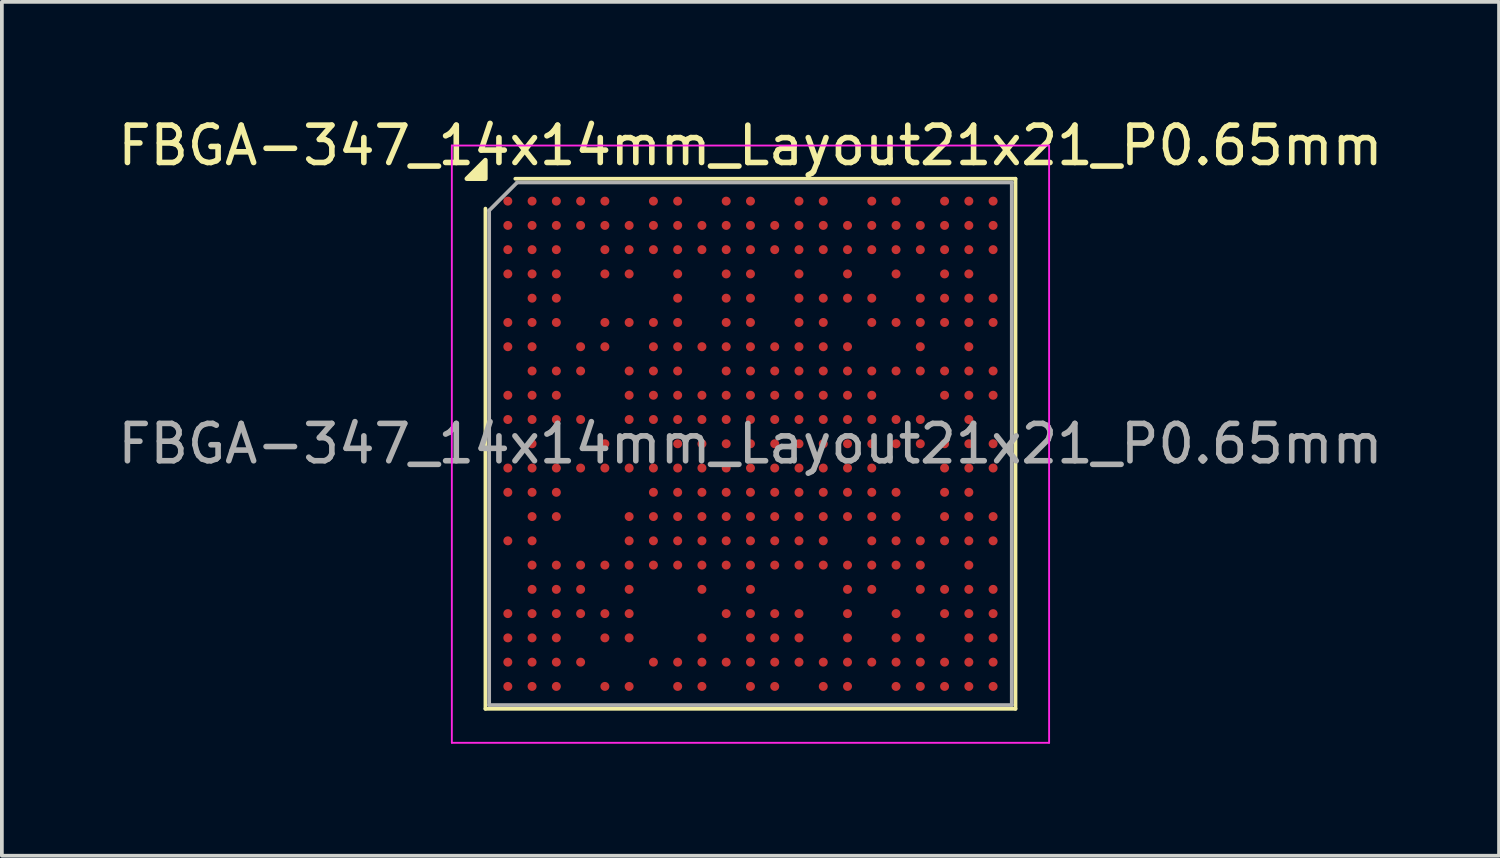
<source format=kicad_pcb>
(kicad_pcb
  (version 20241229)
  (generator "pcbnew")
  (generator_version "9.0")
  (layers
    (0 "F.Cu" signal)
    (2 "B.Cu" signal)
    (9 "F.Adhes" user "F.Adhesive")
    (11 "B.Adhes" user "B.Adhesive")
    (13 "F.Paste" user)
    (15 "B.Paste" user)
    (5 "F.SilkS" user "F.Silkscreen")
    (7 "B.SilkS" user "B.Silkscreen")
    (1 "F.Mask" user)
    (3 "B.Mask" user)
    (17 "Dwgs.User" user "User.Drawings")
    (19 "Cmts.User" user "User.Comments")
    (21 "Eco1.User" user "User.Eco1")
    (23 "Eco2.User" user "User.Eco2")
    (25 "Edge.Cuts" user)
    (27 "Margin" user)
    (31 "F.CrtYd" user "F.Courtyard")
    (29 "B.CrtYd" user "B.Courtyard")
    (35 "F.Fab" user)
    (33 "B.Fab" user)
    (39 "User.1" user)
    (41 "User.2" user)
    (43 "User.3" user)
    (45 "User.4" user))
  (footprint "FBGA-347_14x14mm_Layout21x21_P0.65mm"
    (layer "F.Cu")
    (at 17.054 8.838)
    (property "Reference" "FBGA-347_14x14mm_Layout21x21_P0.65mm" (at 0 -7.99 0) (unlocked yes) (layer "F.SilkS") (effects (font (size 1 1) (thickness 0.15))))
    (attr smd)
    (fp_line (start -7.1 7.1) (end -7.1 -6.3) (stroke (width 0.1) (type solid)) (layer "F.SilkS"))
    (fp_line (start 7.1 -7.1) (end -6.3 -7.1) (stroke (width 0.1) (type solid)) (layer "F.SilkS"))
    (fp_line (start 7.1 7.1) (end -7.1 7.1) (stroke (width 0.1) (type default)) (layer "F.SilkS"))
    (fp_line (start 7.1 7.1) (end 7.1 -7.1) (stroke (width 0.1) (type default)) (layer "F.SilkS"))
    (fp_poly (pts (xy -7.1 -7.1) (xy -7.6 -7.1) (xy -7.1 -7.6)) (stroke (width 0.12) (type solid)) (fill yes) (layer "F.SilkS"))
    (fp_line (start -8 -7.99) (end -8 8.01) (stroke (width 0.05) (type solid)) (layer "F.CrtYd"))
    (fp_line (start -8 8.01) (end 8 8.01) (stroke (width 0.05) (type solid)) (layer "F.CrtYd"))
    (fp_line (start 8 -7.99) (end -8 -7.99) (stroke (width 0.05) (type solid)) (layer "F.CrtYd"))
    (fp_line (start 8 -7.99) (end 8 8.01) (stroke (width 0.05) (type solid)) (layer "F.CrtYd"))
    (fp_line (start -7 7) (end -7 -6.25) (stroke (width 0.1) (type solid)) (layer "F.Fab"))
    (fp_line (start -6.999 -6.251) (end -6.25 -7) (stroke (width 0.1) (type solid)) (layer "F.Fab"))
    (fp_line (start 7 -7) (end -6.25 -7) (stroke (width 0.1) (type solid)) (layer "F.Fab"))
    (fp_line (start 7 7) (end -7 7) (stroke (width 0.1) (type solid)) (layer "F.Fab"))
    (fp_line (start 7 7) (end 7 -7) (stroke (width 0.1) (type solid)) (layer "F.Fab"))
    (fp_text user "${REFERENCE}" (at 0 0 0) (unlocked yes) (layer "F.Fab") (effects (font (size 1 1) (thickness 0.15))))
    (pad "A1" smd circle (at -6.5 -6.5) (size 0.24 0.24) (layers "F.Cu" "F.Mask" "F.Paste"))
    (pad "A2" smd circle (at -5.85 -6.5) (size 0.24 0.24) (layers "F.Cu" "F.Mask" "F.Paste"))
    (pad "A3" smd circle (at -5.2 -6.5) (size 0.24 0.24) (layers "F.Cu" "F.Mask" "F.Paste"))
    (pad "A4" smd circle (at -4.55 -6.5) (size 0.24 0.24) (layers "F.Cu" "F.Mask" "F.Paste"))
    (pad "A5" smd circle (at -3.9 -6.5) (size 0.24 0.24) (layers "F.Cu" "F.Mask" "F.Paste"))
    (pad "A7" smd circle (at -2.6 -6.5) (size 0.24 0.24) (property pad_prop_bga) (layers "F.Cu" "F.Mask" "F.Paste"))
    (pad "A8" smd circle (at -1.95 -6.5) (size 0.24 0.24) (property pad_prop_bga) (layers "F.Cu" "F.Mask" "F.Paste"))
    (pad "A10" smd circle (at -0.65 -6.5) (size 0.24 0.24) (property pad_prop_bga) (layers "F.Cu" "F.Mask" "F.Paste"))
    (pad "A11" smd circle (at 0 -6.5) (size 0.24 0.24) (property pad_prop_bga) (layers "F.Cu" "F.Mask" "F.Paste"))
    (pad "A13" smd circle (at 1.3 -6.5) (size 0.24 0.24) (property pad_prop_bga) (layers "F.Cu" "F.Mask" "F.Paste"))
    (pad "A14" smd circle (at 1.95 -6.5) (size 0.24 0.24) (property pad_prop_bga) (layers "F.Cu" "F.Mask" "F.Paste"))
    (pad "A16" smd circle (at 3.25 -6.5) (size 0.24 0.24) (property pad_prop_bga) (layers "F.Cu" "F.Mask" "F.Paste"))
    (pad "A17" smd circle (at 3.9 -6.5) (size 0.24 0.24) (property pad_prop_bga) (layers "F.Cu" "F.Mask" "F.Paste"))
    (pad "A19" smd circle (at 5.2 -6.5) (size 0.24 0.24) (property pad_prop_bga) (layers "F.Cu" "F.Mask" "F.Paste"))
    (pad "A20" smd circle (at 5.85 -6.5) (size 0.24 0.24) (property pad_prop_bga) (layers "F.Cu" "F.Mask" "F.Paste"))
    (pad "A21" smd circle (at 6.5 -6.5) (size 0.24 0.24) (property pad_prop_bga) (layers "F.Cu" "F.Mask" "F.Paste"))
    (pad "AA1" smd circle (at -6.5 6.5) (size 0.24 0.24) (property pad_prop_bga) (layers "F.Cu" "F.Mask" "F.Paste"))
    (pad "AA2" smd circle (at -5.85 6.5) (size 0.24 0.24) (property pad_prop_bga) (layers "F.Cu" "F.Mask" "F.Paste"))
    (pad "AA3" smd circle (at -5.2 6.5) (size 0.24 0.24) (property pad_prop_bga) (layers "F.Cu" "F.Mask" "F.Paste"))
    (pad "AA5" smd circle (at -3.9 6.5) (size 0.24 0.24) (property pad_prop_bga) (layers "F.Cu" "F.Mask" "F.Paste"))
    (pad "AA6" smd circle (at -3.25 6.5) (size 0.24 0.24) (property pad_prop_bga) (layers "F.Cu" "F.Mask" "F.Paste"))
    (pad "AA8" smd circle (at -1.95 6.5) (size 0.24 0.24) (property pad_prop_bga) (layers "F.Cu" "F.Mask" "F.Paste"))
    (pad "AA9" smd circle (at -1.3 6.5) (size 0.24 0.24) (property pad_prop_bga) (layers "F.Cu" "F.Mask" "F.Paste"))
    (pad "AA11" smd circle (at 0 6.5) (size 0.24 0.24) (property pad_prop_bga) (layers "F.Cu" "F.Mask" "F.Paste"))
    (pad "AA12" smd circle (at 0.65 6.5) (size 0.24 0.24) (property pad_prop_bga) (layers "F.Cu" "F.Mask" "F.Paste"))
    (pad "AA14" smd circle (at 1.95 6.5) (size 0.24 0.24) (property pad_prop_bga) (layers "F.Cu" "F.Mask" "F.Paste"))
    (pad "AA15" smd circle (at 2.6 6.5) (size 0.24 0.24) (property pad_prop_bga) (layers "F.Cu" "F.Mask" "F.Paste"))
    (pad "AA17" smd circle (at 3.9 6.5) (size 0.24 0.24) (property pad_prop_bga) (layers "F.Cu" "F.Mask" "F.Paste"))
    (pad "AA18" smd circle (at 4.55 6.5) (size 0.24 0.24) (property pad_prop_bga) (layers "F.Cu" "F.Mask" "F.Paste"))
    (pad "AA19" smd circle (at 5.2 6.5) (size 0.24 0.24) (property pad_prop_bga) (layers "F.Cu" "F.Mask" "F.Paste"))
    (pad "AA20" smd circle (at 5.85 6.5) (size 0.24 0.24) (property pad_prop_bga) (layers "F.Cu" "F.Mask" "F.Paste"))
    (pad "AA21" smd circle (at 6.5 6.5) (size 0.24 0.24) (property pad_prop_bga) (layers "F.Cu" "F.Mask" "F.Paste"))
    (pad "B1" smd circle (at -6.5 -5.85) (size 0.24 0.24) (property pad_prop_bga) (layers "F.Cu" "F.Mask" "F.Paste"))
    (pad "B2" smd circle (at -5.85 -5.85) (size 0.24 0.24) (property pad_prop_bga) (layers "F.Cu" "F.Mask" "F.Paste"))
    (pad "B3" smd circle (at -5.2 -5.85) (size 0.24 0.24) (property pad_prop_bga) (layers "F.Cu" "F.Mask" "F.Paste"))
    (pad "B4" smd circle (at -4.55 -5.85) (size 0.24 0.24) (property pad_prop_bga) (layers "F.Cu" "F.Mask" "F.Paste"))
    (pad "B5" smd circle (at -3.9 -5.85) (size 0.24 0.24) (property pad_prop_bga) (layers "F.Cu" "F.Mask" "F.Paste"))
    (pad "B6" smd circle (at -3.25 -5.85) (size 0.24 0.24) (property pad_prop_bga) (layers "F.Cu" "F.Mask" "F.Paste"))
    (pad "B7" smd circle (at -2.6 -5.85) (size 0.24 0.24) (property pad_prop_bga) (layers "F.Cu" "F.Mask" "F.Paste"))
    (pad "B8" smd circle (at -1.95 -5.85) (size 0.24 0.24) (property pad_prop_bga) (layers "F.Cu" "F.Mask" "F.Paste"))
    (pad "B9" smd circle (at -1.3 -5.85) (size 0.24 0.24) (property pad_prop_bga) (layers "F.Cu" "F.Mask" "F.Paste"))
    (pad "B10" smd circle (at -0.65 -5.85) (size 0.24 0.24) (property pad_prop_bga) (layers "F.Cu" "F.Mask" "F.Paste"))
    (pad "B11" smd circle (at 0 -5.85) (size 0.24 0.24) (property pad_prop_bga) (layers "F.Cu" "F.Mask" "F.Paste"))
    (pad "B12" smd circle (at 0.65 -5.85) (size 0.24 0.24) (property pad_prop_bga) (layers "F.Cu" "F.Mask" "F.Paste"))
    (pad "B13" smd circle (at 1.3 -5.85) (size 0.24 0.24) (property pad_prop_bga) (layers "F.Cu" "F.Mask" "F.Paste"))
    (pad "B14" smd circle (at 1.95 -5.85) (size 0.24 0.24) (property pad_prop_bga) (layers "F.Cu" "F.Mask" "F.Paste"))
    (pad "B15" smd circle (at 2.6 -5.85) (size 0.24 0.24) (property pad_prop_bga) (layers "F.Cu" "F.Mask" "F.Paste"))
    (pad "B16" smd circle (at 3.25 -5.85) (size 0.24 0.24) (property pad_prop_bga) (layers "F.Cu" "F.Mask" "F.Paste"))
    (pad "B17" smd circle (at 3.9 -5.85) (size 0.24 0.24) (property pad_prop_bga) (layers "F.Cu" "F.Mask" "F.Paste"))
    (pad "B18" smd circle (at 4.55 -5.85) (size 0.24 0.24) (property pad_prop_bga) (layers "F.Cu" "F.Mask" "F.Paste"))
    (pad "B19" smd circle (at 5.2 -5.85) (size 0.24 0.24) (property pad_prop_bga) (layers "F.Cu" "F.Mask" "F.Paste"))
    (pad "B20" smd circle (at 5.85 -5.85) (size 0.24 0.24) (property pad_prop_bga) (layers "F.Cu" "F.Mask" "F.Paste"))
    (pad "B21" smd circle (at 6.5 -5.85) (size 0.24 0.24) (property pad_prop_bga) (layers "F.Cu" "F.Mask" "F.Paste"))
    (pad "C1" smd circle (at -6.5 -5.2) (size 0.24 0.24) (property pad_prop_bga) (layers "F.Cu" "F.Mask" "F.Paste"))
    (pad "C2" smd circle (at -5.85 -5.2) (size 0.24 0.24) (property pad_prop_bga) (layers "F.Cu" "F.Mask" "F.Paste"))
    (pad "C3" smd circle (at -5.2 -5.2) (size 0.24 0.24) (property pad_prop_bga) (layers "F.Cu" "F.Mask" "F.Paste"))
    (pad "C5" smd circle (at -3.9 -5.2) (size 0.24 0.24) (property pad_prop_bga) (layers "F.Cu" "F.Mask" "F.Paste"))
    (pad "C6" smd circle (at -3.25 -5.2) (size 0.24 0.24) (property pad_prop_bga) (layers "F.Cu" "F.Mask" "F.Paste"))
    (pad "C7" smd circle (at -2.6 -5.2) (size 0.24 0.24) (property pad_prop_bga) (layers "F.Cu" "F.Mask" "F.Paste"))
    (pad "C8" smd circle (at -1.95 -5.2) (size 0.24 0.24) (property pad_prop_bga) (layers "F.Cu" "F.Mask" "F.Paste"))
    (pad "C9" smd circle (at -1.3 -5.2) (size 0.24 0.24) (property pad_prop_bga) (layers "F.Cu" "F.Mask" "F.Paste"))
    (pad "C10" smd circle (at -0.65 -5.2) (size 0.24 0.24) (property pad_prop_bga) (layers "F.Cu" "F.Mask" "F.Paste"))
    (pad "C11" smd circle (at 0 -5.2) (size 0.24 0.24) (property pad_prop_bga) (layers "F.Cu" "F.Mask" "F.Paste"))
    (pad "C12" smd circle (at 0.65 -5.2) (size 0.24 0.24) (property pad_prop_bga) (layers "F.Cu" "F.Mask" "F.Paste"))
    (pad "C13" smd circle (at 1.3 -5.2) (size 0.24 0.24) (property pad_prop_bga) (layers "F.Cu" "F.Mask" "F.Paste"))
    (pad "C14" smd circle (at 1.95 -5.2) (size 0.24 0.24) (property pad_prop_bga) (layers "F.Cu" "F.Mask" "F.Paste"))
    (pad "C15" smd circle (at 2.6 -5.2) (size 0.24 0.24) (property pad_prop_bga) (layers "F.Cu" "F.Mask" "F.Paste"))
    (pad "C16" smd circle (at 3.25 -5.2) (size 0.24 0.24) (property pad_prop_bga) (layers "F.Cu" "F.Mask" "F.Paste"))
    (pad "C17" smd circle (at 3.9 -5.2) (size 0.24 0.24) (property pad_prop_bga) (layers "F.Cu" "F.Mask" "F.Paste"))
    (pad "C18" smd circle (at 4.55 -5.2) (size 0.24 0.24) (property pad_prop_bga) (layers "F.Cu" "F.Mask" "F.Paste"))
    (pad "C19" smd circle (at 5.2 -5.2) (size 0.24 0.24) (property pad_prop_bga) (layers "F.Cu" "F.Mask" "F.Paste"))
    (pad "C20" smd circle (at 5.85 -5.2) (size 0.24 0.24) (property pad_prop_bga) (layers "F.Cu" "F.Mask" "F.Paste"))
    (pad "C21" smd circle (at 6.5 -5.2) (size 0.24 0.24) (property pad_prop_bga) (layers "F.Cu" "F.Mask" "F.Paste"))
    (pad "D1" smd circle (at -6.5 -4.55) (size 0.24 0.24) (property pad_prop_bga) (layers "F.Cu" "F.Mask" "F.Paste"))
    (pad "D2" smd circle (at -5.85 -4.55) (size 0.24 0.24) (property pad_prop_bga) (layers "F.Cu" "F.Mask" "F.Paste"))
    (pad "D3" smd circle (at -5.2 -4.55) (size 0.24 0.24) (property pad_prop_bga) (layers "F.Cu" "F.Mask" "F.Paste"))
    (pad "D5" smd circle (at -3.9 -4.55) (size 0.24 0.24) (property pad_prop_bga) (layers "F.Cu" "F.Mask" "F.Paste"))
    (pad "D6" smd circle (at -3.25 -4.55) (size 0.24 0.24) (property pad_prop_bga) (layers "F.Cu" "F.Mask" "F.Paste"))
    (pad "D8" smd circle (at -1.95 -4.55) (size 0.24 0.24) (property pad_prop_bga) (layers "F.Cu" "F.Mask" "F.Paste"))
    (pad "D10" smd circle (at -0.65 -4.55) (size 0.24 0.24) (property pad_prop_bga) (layers "F.Cu" "F.Mask" "F.Paste"))
    (pad "D11" smd circle (at 0 -4.55) (size 0.24 0.24) (property pad_prop_bga) (layers "F.Cu" "F.Mask" "F.Paste"))
    (pad "D13" smd circle (at 1.3 -4.55) (size 0.24 0.24) (property pad_prop_bga) (layers "F.Cu" "F.Mask" "F.Paste"))
    (pad "D15" smd circle (at 2.6 -4.55) (size 0.24 0.24) (property pad_prop_bga) (layers "F.Cu" "F.Mask" "F.Paste"))
    (pad "D17" smd circle (at 3.9 -4.55) (size 0.24 0.24) (property pad_prop_bga) (layers "F.Cu" "F.Mask" "F.Paste"))
    (pad "D19" smd circle (at 5.2 -4.55) (size 0.24 0.24) (property pad_prop_bga) (layers "F.Cu" "F.Mask" "F.Paste"))
    (pad "D20" smd circle (at 5.85 -4.55) (size 0.24 0.24) (property pad_prop_bga) (layers "F.Cu" "F.Mask" "F.Paste"))
    (pad "E2" smd circle (at -5.85 -3.9) (size 0.24 0.24) (property pad_prop_bga) (layers "F.Cu" "F.Mask" "F.Paste"))
    (pad "E3" smd circle (at -5.2 -3.9) (size 0.24 0.24) (property pad_prop_bga) (layers "F.Cu" "F.Mask" "F.Paste"))
    (pad "E8" smd circle (at -1.95 -3.9) (size 0.24 0.24) (property pad_prop_bga) (layers "F.Cu" "F.Mask" "F.Paste"))
    (pad "E10" smd circle (at -0.65 -3.9) (size 0.24 0.24) (property pad_prop_bga) (layers "F.Cu" "F.Mask" "F.Paste"))
    (pad "E11" smd circle (at 0 -3.9) (size 0.24 0.24) (property pad_prop_bga) (layers "F.Cu" "F.Mask" "F.Paste"))
    (pad "E13" smd circle (at 1.3 -3.9) (size 0.24 0.24) (property pad_prop_bga) (layers "F.Cu" "F.Mask" "F.Paste"))
    (pad "E14" smd circle (at 1.95 -3.9) (size 0.24 0.24) (property pad_prop_bga) (layers "F.Cu" "F.Mask" "F.Paste"))
    (pad "E15" smd circle (at 2.6 -3.9) (size 0.24 0.24) (property pad_prop_bga) (layers "F.Cu" "F.Mask" "F.Paste"))
    (pad "E16" smd circle (at 3.25 -3.9) (size 0.24 0.24) (property pad_prop_bga) (layers "F.Cu" "F.Mask" "F.Paste"))
    (pad "E18" smd circle (at 4.55 -3.9) (size 0.24 0.24) (property pad_prop_bga) (layers "F.Cu" "F.Mask" "F.Paste"))
    (pad "E19" smd circle (at 5.2 -3.9) (size 0.24 0.24) (property pad_prop_bga) (layers "F.Cu" "F.Mask" "F.Paste"))
    (pad "E20" smd circle (at 5.85 -3.9) (size 0.24 0.24) (property pad_prop_bga) (layers "F.Cu" "F.Mask" "F.Paste"))
    (pad "E21" smd circle (at 6.5 -3.9) (size 0.24 0.24) (property pad_prop_bga) (layers "F.Cu" "F.Mask" "F.Paste"))
    (pad "F1" smd circle (at -6.5 -3.25) (size 0.24 0.24) (property pad_prop_bga) (layers "F.Cu" "F.Mask" "F.Paste"))
    (pad "F2" smd circle (at -5.85 -3.25) (size 0.24 0.24) (property pad_prop_bga) (layers "F.Cu" "F.Mask" "F.Paste"))
    (pad "F3" smd circle (at -5.2 -3.25) (size 0.24 0.24) (property pad_prop_bga) (layers "F.Cu" "F.Mask" "F.Paste"))
    (pad "F5" smd circle (at -3.9 -3.25) (size 0.24 0.24) (property pad_prop_bga) (layers "F.Cu" "F.Mask" "F.Paste"))
    (pad "F6" smd circle (at -3.25 -3.25) (size 0.24 0.24) (property pad_prop_bga) (layers "F.Cu" "F.Mask" "F.Paste"))
    (pad "F7" smd circle (at -2.6 -3.25) (size 0.24 0.24) (property pad_prop_bga) (layers "F.Cu" "F.Mask" "F.Paste"))
    (pad "F8" smd circle (at -1.95 -3.25) (size 0.24 0.24) (property pad_prop_bga) (layers "F.Cu" "F.Mask" "F.Paste"))
    (pad "F10" smd circle (at -0.65 -3.25) (size 0.24 0.24) (property pad_prop_bga) (layers "F.Cu" "F.Mask" "F.Paste"))
    (pad "F11" smd circle (at 0 -3.25) (size 0.24 0.24) (property pad_prop_bga) (layers "F.Cu" "F.Mask" "F.Paste"))
    (pad "F13" smd circle (at 1.3 -3.25) (size 0.24 0.24) (property pad_prop_bga) (layers "F.Cu" "F.Mask" "F.Paste"))
    (pad "F14" smd circle (at 1.95 -3.25) (size 0.24 0.24) (property pad_prop_bga) (layers "F.Cu" "F.Mask" "F.Paste"))
    (pad "F16" smd circle (at 3.25 -3.25) (size 0.24 0.24) (property pad_prop_bga) (layers "F.Cu" "F.Mask" "F.Paste"))
    (pad "F17" smd circle (at 3.9 -3.25) (size 0.24 0.24) (property pad_prop_bga) (layers "F.Cu" "F.Mask" "F.Paste"))
    (pad "F18" smd circle (at 4.55 -3.25) (size 0.24 0.24) (property pad_prop_bga) (layers "F.Cu" "F.Mask" "F.Paste"))
    (pad "F19" smd circle (at 5.2 -3.25) (size 0.24 0.24) (property pad_prop_bga) (layers "F.Cu" "F.Mask" "F.Paste"))
    (pad "F20" smd circle (at 5.85 -3.25) (size 0.24 0.24) (property pad_prop_bga) (layers "F.Cu" "F.Mask" "F.Paste"))
    (pad "F21" smd circle (at 6.5 -3.25) (size 0.24 0.24) (property pad_prop_bga) (layers "F.Cu" "F.Mask" "F.Paste"))
    (pad "G1" smd circle (at -6.5 -2.6) (size 0.24 0.24) (property pad_prop_bga) (layers "F.Cu" "F.Mask" "F.Paste"))
    (pad "G2" smd circle (at -5.85 -2.6) (size 0.24 0.24) (property pad_prop_bga) (layers "F.Cu" "F.Mask" "F.Paste"))
    (pad "G4" smd circle (at -4.55 -2.6) (size 0.24 0.24) (property pad_prop_bga) (layers "F.Cu" "F.Mask" "F.Paste"))
    (pad "G5" smd circle (at -3.9 -2.6) (size 0.24 0.24) (property pad_prop_bga) (layers "F.Cu" "F.Mask" "F.Paste"))
    (pad "G7" smd circle (at -2.6 -2.6) (size 0.24 0.24) (property pad_prop_bga) (layers "F.Cu" "F.Mask" "F.Paste"))
    (pad "G8" smd circle (at -1.95 -2.6) (size 0.24 0.24) (property pad_prop_bga) (layers "F.Cu" "F.Mask" "F.Paste"))
    (pad "G9" smd circle (at -1.3 -2.6) (size 0.24 0.24) (property pad_prop_bga) (layers "F.Cu" "F.Mask" "F.Paste"))
    (pad "G10" smd circle (at -0.65 -2.6) (size 0.24 0.24) (property pad_prop_bga) (layers "F.Cu" "F.Mask" "F.Paste"))
    (pad "G11" smd circle (at 0 -2.6) (size 0.24 0.24) (property pad_prop_bga) (layers "F.Cu" "F.Mask" "F.Paste"))
    (pad "G12" smd circle (at 0.65 -2.6) (size 0.24 0.24) (property pad_prop_bga) (layers "F.Cu" "F.Mask" "F.Paste"))
    (pad "G13" smd circle (at 1.3 -2.6) (size 0.24 0.24) (property pad_prop_bga) (layers "F.Cu" "F.Mask" "F.Paste"))
    (pad "G14" smd circle (at 1.95 -2.6) (size 0.24 0.24) (property pad_prop_bga) (layers "F.Cu" "F.Mask" "F.Paste"))
    (pad "G15" smd circle (at 2.6 -2.6) (size 0.24 0.24) (property pad_prop_bga) (layers "F.Cu" "F.Mask" "F.Paste"))
    (pad "G18" smd circle (at 4.55 -2.6) (size 0.24 0.24) (property pad_prop_bga) (layers "F.Cu" "F.Mask" "F.Paste"))
    (pad "G20" smd circle (at 5.85 -2.6) (size 0.24 0.24) (property pad_prop_bga) (layers "F.Cu" "F.Mask" "F.Paste"))
    (pad "H2" smd circle (at -5.85 -1.95) (size 0.24 0.24) (property pad_prop_bga) (layers "F.Cu" "F.Mask" "F.Paste"))
    (pad "H3" smd circle (at -5.2 -1.95) (size 0.24 0.24) (property pad_prop_bga) (layers "F.Cu" "F.Mask" "F.Paste"))
    (pad "H4" smd circle (at -4.55 -1.95) (size 0.24 0.24) (property pad_prop_bga) (layers "F.Cu" "F.Mask" "F.Paste"))
    (pad "H6" smd circle (at -3.25 -1.95) (size 0.24 0.24) (property pad_prop_bga) (layers "F.Cu" "F.Mask" "F.Paste"))
    (pad "H7" smd circle (at -2.6 -1.95) (size 0.24 0.24) (property pad_prop_bga) (layers "F.Cu" "F.Mask" "F.Paste"))
    (pad "H8" smd circle (at -1.95 -1.95) (size 0.24 0.24) (property pad_prop_bga) (layers "F.Cu" "F.Mask" "F.Paste"))
    (pad "H10" smd circle (at -0.65 -1.95) (size 0.24 0.24) (property pad_prop_bga) (layers "F.Cu" "F.Mask" "F.Paste"))
    (pad "H11" smd circle (at 0 -1.95) (size 0.24 0.24) (property pad_prop_bga) (layers "F.Cu" "F.Mask" "F.Paste"))
    (pad "H12" smd circle (at 0.65 -1.95) (size 0.24 0.24) (property pad_prop_bga) (layers "F.Cu" "F.Mask" "F.Paste"))
    (pad "H13" smd circle (at 1.3 -1.95) (size 0.24 0.24) (property pad_prop_bga) (layers "F.Cu" "F.Mask" "F.Paste"))
    (pad "H14" smd circle (at 1.95 -1.95) (size 0.24 0.24) (property pad_prop_bga) (layers "F.Cu" "F.Mask" "F.Paste"))
    (pad "H15" smd circle (at 2.6 -1.95) (size 0.24 0.24) (property pad_prop_bga) (layers "F.Cu" "F.Mask" "F.Paste"))
    (pad "H16" smd circle (at 3.25 -1.95) (size 0.24 0.24) (property pad_prop_bga) (layers "F.Cu" "F.Mask" "F.Paste"))
    (pad "H17" smd circle (at 3.9 -1.95) (size 0.24 0.24) (property pad_prop_bga) (layers "F.Cu" "F.Mask" "F.Paste"))
    (pad "H18" smd circle (at 4.55 -1.95) (size 0.24 0.24) (property pad_prop_bga) (layers "F.Cu" "F.Mask" "F.Paste"))
    (pad "H19" smd circle (at 5.2 -1.95) (size 0.24 0.24) (property pad_prop_bga) (layers "F.Cu" "F.Mask" "F.Paste"))
    (pad "H20" smd circle (at 5.85 -1.95) (size 0.24 0.24) (property pad_prop_bga) (layers "F.Cu" "F.Mask" "F.Paste"))
    (pad "H21" smd circle (at 6.5 -1.95) (size 0.24 0.24) (property pad_prop_bga) (layers "F.Cu" "F.Mask" "F.Paste"))
    (pad "J1" smd circle (at -6.5 -1.3) (size 0.24 0.24) (property pad_prop_bga) (layers "F.Cu" "F.Mask" "F.Paste"))
    (pad "J2" smd circle (at -5.85 -1.3) (size 0.24 0.24) (property pad_prop_bga) (layers "F.Cu" "F.Mask" "F.Paste"))
    (pad "J3" smd circle (at -5.2 -1.3) (size 0.24 0.24) (property pad_prop_bga) (layers "F.Cu" "F.Mask" "F.Paste"))
    (pad "J6" smd circle (at -3.25 -1.3) (size 0.24 0.24) (property pad_prop_bga) (layers "F.Cu" "F.Mask" "F.Paste"))
    (pad "J7" smd circle (at -2.6 -1.3) (size 0.24 0.24) (property pad_prop_bga) (layers "F.Cu" "F.Mask" "F.Paste"))
    (pad "J8" smd circle (at -1.95 -1.3) (size 0.24 0.24) (property pad_prop_bga) (layers "F.Cu" "F.Mask" "F.Paste"))
    (pad "J9" smd circle (at -1.3 -1.3) (size 0.24 0.24) (property pad_prop_bga) (layers "F.Cu" "F.Mask" "F.Paste"))
    (pad "J10" smd circle (at -0.65 -1.3) (size 0.24 0.24) (property pad_prop_bga) (layers "F.Cu" "F.Mask" "F.Paste"))
    (pad "J11" smd circle (at 0 -1.3) (size 0.24 0.24) (property pad_prop_bga) (layers "F.Cu" "F.Mask" "F.Paste"))
    (pad "J12" smd circle (at 0.65 -1.3) (size 0.24 0.24) (property pad_prop_bga) (layers "F.Cu" "F.Mask" "F.Paste"))
    (pad "J13" smd circle (at 1.3 -1.3) (size 0.24 0.24) (property pad_prop_bga) (layers "F.Cu" "F.Mask" "F.Paste"))
    (pad "J14" smd circle (at 1.95 -1.3) (size 0.24 0.24) (property pad_prop_bga) (layers "F.Cu" "F.Mask" "F.Paste"))
    (pad "J15" smd circle (at 2.6 -1.3) (size 0.24 0.24) (property pad_prop_bga) (layers "F.Cu" "F.Mask" "F.Paste"))
    (pad "J16" smd circle (at 3.25 -1.3) (size 0.24 0.24) (property pad_prop_bga) (layers "F.Cu" "F.Mask" "F.Paste"))
    (pad "J19" smd circle (at 5.2 -1.3) (size 0.24 0.24) (property pad_prop_bga) (layers "F.Cu" "F.Mask" "F.Paste"))
    (pad "J20" smd circle (at 5.85 -1.3) (size 0.24 0.24) (property pad_prop_bga) (layers "F.Cu" "F.Mask" "F.Paste"))
    (pad "J21" smd circle (at 6.5 -1.3) (size 0.24 0.24) (property pad_prop_bga) (layers "F.Cu" "F.Mask" "F.Paste"))
    (pad "K1" smd circle (at -6.5 -0.65) (size 0.24 0.24) (property pad_prop_bga) (layers "F.Cu" "F.Mask" "F.Paste"))
    (pad "K2" smd circle (at -5.85 -0.65) (size 0.24 0.24) (property pad_prop_bga) (layers "F.Cu" "F.Mask" "F.Paste"))
    (pad "K3" smd circle (at -5.2 -0.65) (size 0.24 0.24) (property pad_prop_bga) (layers "F.Cu" "F.Mask" "F.Paste"))
    (pad "K4" smd circle (at -4.55 -0.65) (size 0.24 0.24) (property pad_prop_bga) (layers "F.Cu" "F.Mask" "F.Paste"))
    (pad "K6" smd circle (at -3.25 -0.65) (size 0.24 0.24) (property pad_prop_bga) (layers "F.Cu" "F.Mask" "F.Paste"))
    (pad "K7" smd circle (at -2.6 -0.65) (size 0.24 0.24) (property pad_prop_bga) (layers "F.Cu" "F.Mask" "F.Paste"))
    (pad "K8" smd circle (at -1.95 -0.65) (size 0.24 0.24) (property pad_prop_bga) (layers "F.Cu" "F.Mask" "F.Paste"))
    (pad "K9" smd circle (at -1.3 -0.65) (size 0.24 0.24) (property pad_prop_bga) (layers "F.Cu" "F.Mask" "F.Paste"))
    (pad "K10" smd circle (at -0.65 -0.65) (size 0.24 0.24) (property pad_prop_bga) (layers "F.Cu" "F.Mask" "F.Paste"))
    (pad "K11" smd circle (at 0 -0.65) (size 0.24 0.24) (property pad_prop_bga) (layers "F.Cu" "F.Mask" "F.Paste"))
    (pad "K12" smd circle (at 0.65 -0.65) (size 0.24 0.24) (property pad_prop_bga) (layers "F.Cu" "F.Mask" "F.Paste"))
    (pad "K13" smd circle (at 1.3 -0.65) (size 0.24 0.24) (property pad_prop_bga) (layers "F.Cu" "F.Mask" "F.Paste"))
    (pad "K14" smd circle (at 1.95 -0.65) (size 0.24 0.24) (property pad_prop_bga) (layers "F.Cu" "F.Mask" "F.Paste"))
    (pad "K15" smd circle (at 2.6 -0.65) (size 0.24 0.24) (property pad_prop_bga) (layers "F.Cu" "F.Mask" "F.Paste"))
    (pad "K16" smd circle (at 3.25 -0.65) (size 0.24 0.24) (property pad_prop_bga) (layers "F.Cu" "F.Mask" "F.Paste"))
    (pad "K17" smd circle (at 3.9 -0.65) (size 0.24 0.24) (property pad_prop_bga) (layers "F.Cu" "F.Mask" "F.Paste"))
    (pad "K18" smd circle (at 4.55 -0.65) (size 0.24 0.24) (property pad_prop_bga) (layers "F.Cu" "F.Mask" "F.Paste"))
    (pad "K20" smd circle (at 5.85 -0.65) (size 0.24 0.24) (property pad_prop_bga) (layers "F.Cu" "F.Mask" "F.Paste"))
    (pad "L2" smd circle (at -5.85 0) (size 0.24 0.24) (property pad_prop_bga) (layers "F.Cu" "F.Mask" "F.Paste"))
    (pad "L5" smd circle (at -3.9 0) (size 0.24 0.24) (property pad_prop_bga) (layers "F.Cu" "F.Mask" "F.Paste"))
    (pad "L8" smd circle (at -1.95 0) (size 0.24 0.24) (property pad_prop_bga) (layers "F.Cu" "F.Mask" "F.Paste"))
    (pad "L9" smd circle (at -1.3 0) (size 0.24 0.24) (property pad_prop_bga) (layers "F.Cu" "F.Mask" "F.Paste"))
    (pad "L10" smd circle (at -0.65 0) (size 0.24 0.24) (property pad_prop_bga) (layers "F.Cu" "F.Mask" "F.Paste"))
    (pad "L11" smd circle (at 0 0) (size 0.24 0.24) (property pad_prop_bga) (layers "F.Cu" "F.Mask" "F.Paste"))
    (pad "L12" smd circle (at 0.65 0) (size 0.24 0.24) (property pad_prop_bga) (layers "F.Cu" "F.Mask" "F.Paste"))
    (pad "L13" smd circle (at 1.3 0) (size 0.24 0.24) (property pad_prop_bga) (layers "F.Cu" "F.Mask" "F.Paste"))
    (pad "L14" smd circle (at 1.95 0) (size 0.24 0.24) (property pad_prop_bga) (layers "F.Cu" "F.Mask" "F.Paste"))
    (pad "L15" smd circle (at 2.6 0) (size 0.24 0.24) (property pad_prop_bga) (layers "F.Cu" "F.Mask" "F.Paste"))
    (pad "L16" smd circle (at 3.25 0) (size 0.24 0.24) (property pad_prop_bga) (layers "F.Cu" "F.Mask" "F.Paste"))
    (pad "L17" smd circle (at 3.9 0) (size 0.24 0.24) (property pad_prop_bga) (layers "F.Cu" "F.Mask" "F.Paste"))
    (pad "L18" smd circle (at 4.55 0) (size 0.24 0.24) (property pad_prop_bga) (layers "F.Cu" "F.Mask" "F.Paste"))
    (pad "L19" smd circle (at 5.2 0) (size 0.24 0.24) (property pad_prop_bga) (layers "F.Cu" "F.Mask" "F.Paste"))
    (pad "L20" smd circle (at 5.85 0) (size 0.24 0.24) (property pad_prop_bga) (layers "F.Cu" "F.Mask" "F.Paste"))
    (pad "L21" smd circle (at 6.5 0) (size 0.24 0.24) (property pad_prop_bga) (layers "F.Cu" "F.Mask" "F.Paste"))
    (pad "M1" smd circle (at -6.5 0.65) (size 0.24 0.24) (property pad_prop_bga) (layers "F.Cu" "F.Mask" "F.Paste"))
    (pad "M2" smd circle (at -5.85 0.65) (size 0.24 0.24) (property pad_prop_bga) (layers "F.Cu" "F.Mask" "F.Paste"))
    (pad "M3" smd circle (at -5.2 0.65) (size 0.24 0.24) (property pad_prop_bga) (layers "F.Cu" "F.Mask" "F.Paste"))
    (pad "M4" smd circle (at -4.55 0.65) (size 0.24 0.24) (property pad_prop_bga) (layers "F.Cu" "F.Mask" "F.Paste"))
    (pad "M5" smd circle (at -3.9 0.65) (size 0.24 0.24) (property pad_prop_bga) (layers "F.Cu" "F.Mask" "F.Paste"))
    (pad "M6" smd circle (at -3.25 0.65) (size 0.24 0.24) (property pad_prop_bga) (layers "F.Cu" "F.Mask" "F.Paste"))
    (pad "M7" smd circle (at -2.6 0.65) (size 0.24 0.24) (property pad_prop_bga) (layers "F.Cu" "F.Mask" "F.Paste"))
    (pad "M8" smd circle (at -1.95 0.65) (size 0.24 0.24) (property pad_prop_bga) (layers "F.Cu" "F.Mask" "F.Paste"))
    (pad "M9" smd circle (at -1.3 0.65) (size 0.24 0.24) (property pad_prop_bga) (layers "F.Cu" "F.Mask" "F.Paste"))
    (pad "M10" smd circle (at -0.65 0.65) (size 0.24 0.24) (property pad_prop_bga) (layers "F.Cu" "F.Mask" "F.Paste"))
    (pad "M11" smd circle (at 0 0.65) (size 0.24 0.24) (property pad_prop_bga) (layers "F.Cu" "F.Mask" "F.Paste"))
    (pad "M12" smd circle (at 0.65 0.65) (size 0.24 0.24) (property pad_prop_bga) (layers "F.Cu" "F.Mask" "F.Paste"))
    (pad "M13" smd circle (at 1.3 0.65) (size 0.24 0.24) (property pad_prop_bga) (layers "F.Cu" "F.Mask" "F.Paste"))
    (pad "M14" smd circle (at 1.95 0.65) (size 0.24 0.24) (property pad_prop_bga) (layers "F.Cu" "F.Mask" "F.Paste"))
    (pad "M15" smd circle (at 2.6 0.65) (size 0.24 0.24) (property pad_prop_bga) (layers "F.Cu" "F.Mask" "F.Paste"))
    (pad "M16" smd circle (at 3.25 0.65) (size 0.24 0.24) (property pad_prop_bga) (layers "F.Cu" "F.Mask" "F.Paste"))
    (pad "M19" smd circle (at 5.2 0.65) (size 0.24 0.24) (property pad_prop_bga) (layers "F.Cu" "F.Mask" "F.Paste"))
    (pad "M20" smd circle (at 5.85 0.65) (size 0.24 0.24) (property pad_prop_bga) (layers "F.Cu" "F.Mask" "F.Paste"))
    (pad "M21" smd circle (at 6.5 0.65) (size 0.24 0.24) (property pad_prop_bga) (layers "F.Cu" "F.Mask" "F.Paste"))
    (pad "N1" smd circle (at -6.5 1.3) (size 0.24 0.24) (property pad_prop_bga) (layers "F.Cu" "F.Mask" "F.Paste"))
    (pad "N2" smd circle (at -5.85 1.3) (size 0.24 0.24) (property pad_prop_bga) (layers "F.Cu" "F.Mask" "F.Paste"))
    (pad "N3" smd circle (at -5.2 1.3) (size 0.24 0.24) (property pad_prop_bga) (layers "F.Cu" "F.Mask" "F.Paste"))
    (pad "N7" smd circle (at -2.6 1.3) (size 0.24 0.24) (property pad_prop_bga) (layers "F.Cu" "F.Mask" "F.Paste"))
    (pad "N8" smd circle (at -1.95 1.3) (size 0.24 0.24) (property pad_prop_bga) (layers "F.Cu" "F.Mask" "F.Paste"))
    (pad "N9" smd circle (at -1.3 1.3) (size 0.24 0.24) (property pad_prop_bga) (layers "F.Cu" "F.Mask" "F.Paste"))
    (pad "N10" smd circle (at -0.65 1.3) (size 0.24 0.24) (property pad_prop_bga) (layers "F.Cu" "F.Mask" "F.Paste"))
    (pad "N11" smd circle (at 0 1.3) (size 0.24 0.24) (property pad_prop_bga) (layers "F.Cu" "F.Mask" "F.Paste"))
    (pad "N12" smd circle (at 0.65 1.3) (size 0.24 0.24) (property pad_prop_bga) (layers "F.Cu" "F.Mask" "F.Paste"))
    (pad "N13" smd circle (at 1.3 1.3) (size 0.24 0.24) (property pad_prop_bga) (layers "F.Cu" "F.Mask" "F.Paste"))
    (pad "N14" smd circle (at 1.95 1.3) (size 0.24 0.24) (property pad_prop_bga) (layers "F.Cu" "F.Mask" "F.Paste"))
    (pad "N15" smd circle (at 2.6 1.3) (size 0.24 0.24) (property pad_prop_bga) (layers "F.Cu" "F.Mask" "F.Paste"))
    (pad "N16" smd circle (at 3.25 1.3) (size 0.24 0.24) (property pad_prop_bga) (layers "F.Cu" "F.Mask" "F.Paste"))
    (pad "N17" smd circle (at 3.9 1.3) (size 0.24 0.24) (property pad_prop_bga) (layers "F.Cu" "F.Mask" "F.Paste"))
    (pad "N19" smd circle (at 5.2 1.3) (size 0.24 0.24) (property pad_prop_bga) (layers "F.Cu" "F.Mask" "F.Paste"))
    (pad "N20" smd circle (at 5.85 1.3) (size 0.24 0.24) (property pad_prop_bga) (layers "F.Cu" "F.Mask" "F.Paste"))
    (pad "P2" smd circle (at -5.85 1.95) (size 0.24 0.24) (property pad_prop_bga) (layers "F.Cu" "F.Mask" "F.Paste"))
    (pad "P3" smd circle (at -5.2 1.95) (size 0.24 0.24) (property pad_prop_bga) (layers "F.Cu" "F.Mask" "F.Paste"))
    (pad "P6" smd circle (at -3.25 1.95) (size 0.24 0.24) (property pad_prop_bga) (layers "F.Cu" "F.Mask" "F.Paste"))
    (pad "P7" smd circle (at -2.6 1.95) (size 0.24 0.24) (property pad_prop_bga) (layers "F.Cu" "F.Mask" "F.Paste"))
    (pad "P8" smd circle (at -1.95 1.95) (size 0.24 0.24) (property pad_prop_bga) (layers "F.Cu" "F.Mask" "F.Paste"))
    (pad "P9" smd circle (at -1.3 1.95) (size 0.24 0.24) (property pad_prop_bga) (layers "F.Cu" "F.Mask" "F.Paste"))
    (pad "P10" smd circle (at -0.65 1.95) (size 0.24 0.24) (property pad_prop_bga) (layers "F.Cu" "F.Mask" "F.Paste"))
    (pad "P11" smd circle (at 0 1.95) (size 0.24 0.24) (property pad_prop_bga) (layers "F.Cu" "F.Mask" "F.Paste"))
    (pad "P12" smd circle (at 0.65 1.95) (size 0.24 0.24) (property pad_prop_bga) (layers "F.Cu" "F.Mask" "F.Paste"))
    (pad "P13" smd circle (at 1.3 1.95) (size 0.24 0.24) (property pad_prop_bga) (layers "F.Cu" "F.Mask" "F.Paste"))
    (pad "P14" smd circle (at 1.95 1.95) (size 0.24 0.24) (property pad_prop_bga) (layers "F.Cu" "F.Mask" "F.Paste"))
    (pad "P15" smd circle (at 2.6 1.95) (size 0.24 0.24) (property pad_prop_bga) (layers "F.Cu" "F.Mask" "F.Paste"))
    (pad "P16" smd circle (at 3.25 1.95) (size 0.24 0.24) (property pad_prop_bga) (layers "F.Cu" "F.Mask" "F.Paste"))
    (pad "P17" smd circle (at 3.9 1.95) (size 0.24 0.24) (property pad_prop_bga) (layers "F.Cu" "F.Mask" "F.Paste"))
    (pad "P19" smd circle (at 5.2 1.95) (size 0.24 0.24) (property pad_prop_bga) (layers "F.Cu" "F.Mask" "F.Paste"))
    (pad "P20" smd circle (at 5.85 1.95) (size 0.24 0.24) (property pad_prop_bga) (layers "F.Cu" "F.Mask" "F.Paste"))
    (pad "P21" smd circle (at 6.5 1.95) (size 0.24 0.24) (property pad_prop_bga) (layers "F.Cu" "F.Mask" "F.Paste"))
    (pad "R1" smd circle (at -6.5 2.6) (size 0.24 0.24) (property pad_prop_bga) (layers "F.Cu" "F.Mask" "F.Paste"))
    (pad "R2" smd circle (at -5.85 2.6) (size 0.24 0.24) (property pad_prop_bga) (layers "F.Cu" "F.Mask" "F.Paste"))
    (pad "R6" smd circle (at -3.25 2.6) (size 0.24 0.24) (property pad_prop_bga) (layers "F.Cu" "F.Mask" "F.Paste"))
    (pad "R7" smd circle (at -2.6 2.6) (size 0.24 0.24) (property pad_prop_bga) (layers "F.Cu" "F.Mask" "F.Paste"))
    (pad "R8" smd circle (at -1.95 2.6) (size 0.24 0.24) (property pad_prop_bga) (layers "F.Cu" "F.Mask" "F.Paste"))
    (pad "R9" smd circle (at -1.3 2.6) (size 0.24 0.24) (property pad_prop_bga) (layers "F.Cu" "F.Mask" "F.Paste"))
    (pad "R10" smd circle (at -0.65 2.6) (size 0.24 0.24) (property pad_prop_bga) (layers "F.Cu" "F.Mask" "F.Paste"))
    (pad "R11" smd circle (at 0 2.6) (size 0.24 0.24) (property pad_prop_bga) (layers "F.Cu" "F.Mask" "F.Paste"))
    (pad "R12" smd circle (at 0.65 2.6) (size 0.24 0.24) (property pad_prop_bga) (layers "F.Cu" "F.Mask" "F.Paste"))
    (pad "R13" smd circle (at 1.3 2.6) (size 0.24 0.24) (property pad_prop_bga) (layers "F.Cu" "F.Mask" "F.Paste"))
    (pad "R14" smd circle (at 1.95 2.6) (size 0.24 0.24) (property pad_prop_bga) (layers "F.Cu" "F.Mask" "F.Paste"))
    (pad "R16" smd circle (at 3.25 2.6) (size 0.24 0.24) (property pad_prop_bga) (layers "F.Cu" "F.Mask" "F.Paste"))
    (pad "R17" smd circle (at 3.9 2.6) (size 0.24 0.24) (property pad_prop_bga) (layers "F.Cu" "F.Mask" "F.Paste"))
    (pad "R18" smd circle (at 4.55 2.6) (size 0.24 0.24) (property pad_prop_bga) (layers "F.Cu" "F.Mask" "F.Paste"))
    (pad "R19" smd circle (at 5.2 2.6) (size 0.24 0.24) (property pad_prop_bga) (layers "F.Cu" "F.Mask" "F.Paste"))
    (pad "R20" smd circle (at 5.85 2.6) (size 0.24 0.24) (property pad_prop_bga) (layers "F.Cu" "F.Mask" "F.Paste"))
    (pad "R21" smd circle (at 6.5 2.6) (size 0.24 0.24) (property pad_prop_bga) (layers "F.Cu" "F.Mask" "F.Paste"))
    (pad "T2" smd circle (at -5.85 3.25) (size 0.24 0.24) (property pad_prop_bga) (layers "F.Cu" "F.Mask" "F.Paste"))
    (pad "T3" smd circle (at -5.2 3.25) (size 0.24 0.24) (property pad_prop_bga) (layers "F.Cu" "F.Mask" "F.Paste"))
    (pad "T4" smd circle (at -4.55 3.25) (size 0.24 0.24) (property pad_prop_bga) (layers "F.Cu" "F.Mask" "F.Paste"))
    (pad "T5" smd circle (at -3.9 3.25) (size 0.24 0.24) (property pad_prop_bga) (layers "F.Cu" "F.Mask" "F.Paste"))
    (pad "T6" smd circle (at -3.25 3.25) (size 0.24 0.24) (property pad_prop_bga) (layers "F.Cu" "F.Mask" "F.Paste"))
    (pad "T7" smd circle (at -2.6 3.25) (size 0.24 0.24) (property pad_prop_bga) (layers "F.Cu" "F.Mask" "F.Paste"))
    (pad "T8" smd circle (at -1.95 3.25) (size 0.24 0.24) (property pad_prop_bga) (layers "F.Cu" "F.Mask" "F.Paste"))
    (pad "T9" smd circle (at -1.3 3.25) (size 0.24 0.24) (property pad_prop_bga) (layers "F.Cu" "F.Mask" "F.Paste"))
    (pad "T10" smd circle (at -0.65 3.25) (size 0.24 0.24) (property pad_prop_bga) (layers "F.Cu" "F.Mask" "F.Paste"))
    (pad "T11" smd circle (at 0 3.25) (size 0.24 0.24) (property pad_prop_bga) (layers "F.Cu" "F.Mask" "F.Paste"))
    (pad "T12" smd circle (at 0.65 3.25) (size 0.24 0.24) (property pad_prop_bga) (layers "F.Cu" "F.Mask" "F.Paste"))
    (pad "T13" smd circle (at 1.3 3.25) (size 0.24 0.24) (property pad_prop_bga) (layers "F.Cu" "F.Mask" "F.Paste"))
    (pad "T14" smd circle (at 1.95 3.25) (size 0.24 0.24) (property pad_prop_bga) (layers "F.Cu" "F.Mask" "F.Paste"))
    (pad "T15" smd circle (at 2.6 3.25) (size 0.24 0.24) (property pad_prop_bga) (layers "F.Cu" "F.Mask" "F.Paste"))
    (pad "T16" smd circle (at 3.25 3.25) (size 0.24 0.24) (property pad_prop_bga) (layers "F.Cu" "F.Mask" "F.Paste"))
    (pad "T17" smd circle (at 3.9 3.25) (size 0.24 0.24) (property pad_prop_bga) (layers "F.Cu" "F.Mask" "F.Paste"))
    (pad "T18" smd circle (at 4.55 3.25) (size 0.24 0.24) (property pad_prop_bga) (layers "F.Cu" "F.Mask" "F.Paste"))
    (pad "T20" smd circle (at 5.85 3.25) (size 0.24 0.24) (property pad_prop_bga) (layers "F.Cu" "F.Mask" "F.Paste"))
    (pad "U2" smd circle (at -5.85 3.9) (size 0.24 0.24) (property pad_prop_bga) (layers "F.Cu" "F.Mask" "F.Paste"))
    (pad "U3" smd circle (at -5.2 3.9) (size 0.24 0.24) (property pad_prop_bga) (layers "F.Cu" "F.Mask" "F.Paste"))
    (pad "U4" smd circle (at -4.55 3.9) (size 0.24 0.24) (property pad_prop_bga) (layers "F.Cu" "F.Mask" "F.Paste"))
    (pad "U6" smd circle (at -3.25 3.9) (size 0.24 0.24) (property pad_prop_bga) (layers "F.Cu" "F.Mask" "F.Paste"))
    (pad "U9" smd circle (at -1.3 3.9) (size 0.24 0.24) (property pad_prop_bga) (layers "F.Cu" "F.Mask" "F.Paste"))
    (pad "U11" smd circle (at 0 3.9) (size 0.24 0.24) (property pad_prop_bga) (layers "F.Cu" "F.Mask" "F.Paste"))
    (pad "U15" smd circle (at 2.6 3.9) (size 0.24 0.24) (property pad_prop_bga) (layers "F.Cu" "F.Mask" "F.Paste"))
    (pad "U16" smd circle (at 3.25 3.9) (size 0.24 0.24) (property pad_prop_bga) (layers "F.Cu" "F.Mask" "F.Paste"))
    (pad "U18" smd circle (at 4.55 3.9) (size 0.24 0.24) (property pad_prop_bga) (layers "F.Cu" "F.Mask" "F.Paste"))
    (pad "U19" smd circle (at 5.2 3.9) (size 0.24 0.24) (property pad_prop_bga) (layers "F.Cu" "F.Mask" "F.Paste"))
    (pad "U20" smd circle (at 5.85 3.9) (size 0.24 0.24) (property pad_prop_bga) (layers "F.Cu" "F.Mask" "F.Paste"))
    (pad "U21" smd circle (at 6.5 3.9) (size 0.24 0.24) (property pad_prop_bga) (layers "F.Cu" "F.Mask" "F.Paste"))
    (pad "V1" smd circle (at -6.5 4.55) (size 0.24 0.24) (property pad_prop_bga) (layers "F.Cu" "F.Mask" "F.Paste"))
    (pad "V2" smd circle (at -5.85 4.55) (size 0.24 0.24) (property pad_prop_bga) (layers "F.Cu" "F.Mask" "F.Paste"))
    (pad "V3" smd circle (at -5.2 4.55) (size 0.24 0.24) (property pad_prop_bga) (layers "F.Cu" "F.Mask" "F.Paste"))
    (pad "V4" smd circle (at -4.55 4.55) (size 0.24 0.24) (property pad_prop_bga) (layers "F.Cu" "F.Mask" "F.Paste"))
    (pad "V5" smd circle (at -3.9 4.55) (size 0.24 0.24) (property pad_prop_bga) (layers "F.Cu" "F.Mask" "F.Paste"))
    (pad "V6" smd circle (at -3.25 4.55) (size 0.24 0.24) (property pad_prop_bga) (layers "F.Cu" "F.Mask" "F.Paste"))
    (pad "V10" smd circle (at -0.65 4.55) (size 0.24 0.24) (property pad_prop_bga) (layers "F.Cu" "F.Mask" "F.Paste"))
    (pad "V11" smd circle (at 0 4.55) (size 0.24 0.24) (property pad_prop_bga) (layers "F.Cu" "F.Mask" "F.Paste"))
    (pad "V12" smd circle (at 0.65 4.55) (size 0.24 0.24) (property pad_prop_bga) (layers "F.Cu" "F.Mask" "F.Paste"))
    (pad "V13" smd circle (at 1.3 4.55) (size 0.24 0.24) (property pad_prop_bga) (layers "F.Cu" "F.Mask" "F.Paste"))
    (pad "V15" smd circle (at 2.6 4.55) (size 0.24 0.24) (property pad_prop_bga) (layers "F.Cu" "F.Mask" "F.Paste"))
    (pad "V17" smd circle (at 3.9 4.55) (size 0.24 0.24) (property pad_prop_bga) (layers "F.Cu" "F.Mask" "F.Paste"))
    (pad "V19" smd circle (at 5.2 4.55) (size 0.24 0.24) (property pad_prop_bga) (layers "F.Cu" "F.Mask" "F.Paste"))
    (pad "V20" smd circle (at 5.85 4.55) (size 0.24 0.24) (property pad_prop_bga) (layers "F.Cu" "F.Mask" "F.Paste"))
    (pad "V21" smd circle (at 6.5 4.55) (size 0.24 0.24) (property pad_prop_bga) (layers "F.Cu" "F.Mask" "F.Paste"))
    (pad "W1" smd circle (at -6.5 5.2) (size 0.24 0.24) (property pad_prop_bga) (layers "F.Cu" "F.Mask" "F.Paste"))
    (pad "W2" smd circle (at -5.85 5.2) (size 0.24 0.24) (property pad_prop_bga) (layers "F.Cu" "F.Mask" "F.Paste"))
    (pad "W3" smd circle (at -5.2 5.2) (size 0.24 0.24) (property pad_prop_bga) (layers "F.Cu" "F.Mask" "F.Paste"))
    (pad "W5" smd circle (at -3.9 5.2) (size 0.24 0.24) (property pad_prop_bga) (layers "F.Cu" "F.Mask" "F.Paste"))
    (pad "W6" smd circle (at -3.25 5.2) (size 0.24 0.24) (property pad_prop_bga) (layers "F.Cu" "F.Mask" "F.Paste"))
    (pad "W9" smd circle (at -1.3 5.2) (size 0.24 0.24) (property pad_prop_bga) (layers "F.Cu" "F.Mask" "F.Paste"))
    (pad "W11" smd circle (at 0 5.2) (size 0.24 0.24) (property pad_prop_bga) (layers "F.Cu" "F.Mask" "F.Paste"))
    (pad "W12" smd circle (at 0.65 5.2) (size 0.24 0.24) (property pad_prop_bga) (layers "F.Cu" "F.Mask" "F.Paste"))
    (pad "W13" smd circle (at 1.3 5.2) (size 0.24 0.24) (property pad_prop_bga) (layers "F.Cu" "F.Mask" "F.Paste"))
    (pad "W15" smd circle (at 2.6 5.2) (size 0.24 0.24) (property pad_prop_bga) (layers "F.Cu" "F.Mask" "F.Paste"))
    (pad "W17" smd circle (at 3.9 5.2) (size 0.24 0.24) (property pad_prop_bga) (layers "F.Cu" "F.Mask" "F.Paste"))
    (pad "W18" smd circle (at 4.55 5.2) (size 0.24 0.24) (property pad_prop_bga) (layers "F.Cu" "F.Mask" "F.Paste"))
    (pad "W20" smd circle (at 5.85 5.2) (size 0.24 0.24) (property pad_prop_bga) (layers "F.Cu" "F.Mask" "F.Paste"))
    (pad "W21" smd circle (at 6.5 5.2) (size 0.24 0.24) (property pad_prop_bga) (layers "F.Cu" "F.Mask" "F.Paste"))
    (pad "Y1" smd circle (at -6.5 5.85) (size 0.24 0.24) (property pad_prop_bga) (layers "F.Cu" "F.Mask" "F.Paste"))
    (pad "Y2" smd circle (at -5.85 5.85) (size 0.24 0.24) (property pad_prop_bga) (layers "F.Cu" "F.Mask" "F.Paste"))
    (pad "Y3" smd circle (at -5.2 5.85) (size 0.24 0.24) (property pad_prop_bga) (layers "F.Cu" "F.Mask" "F.Paste"))
    (pad "Y4" smd circle (at -4.55 5.85) (size 0.24 0.24) (property pad_prop_bga) (layers "F.Cu" "F.Mask" "F.Paste"))
    (pad "Y7" smd circle (at -2.6 5.85) (size 0.24 0.24) (property pad_prop_bga) (layers "F.Cu" "F.Mask" "F.Paste"))
    (pad "Y8" smd circle (at -1.95 5.85) (size 0.24 0.24) (property pad_prop_bga) (layers "F.Cu" "F.Mask" "F.Paste"))
    (pad "Y9" smd circle (at -1.3 5.85) (size 0.24 0.24) (property pad_prop_bga) (layers "F.Cu" "F.Mask" "F.Paste"))
    (pad "Y10" smd circle (at -0.65 5.85) (size 0.24 0.24) (property pad_prop_bga) (layers "F.Cu" "F.Mask" "F.Paste"))
    (pad "Y11" smd circle (at 0 5.85) (size 0.24 0.24) (property pad_prop_bga) (layers "F.Cu" "F.Mask" "F.Paste"))
    (pad "Y12" smd circle (at 0.65 5.85) (size 0.24 0.24) (property pad_prop_bga) (layers "F.Cu" "F.Mask" "F.Paste"))
    (pad "Y13" smd circle (at 1.3 5.85) (size 0.24 0.24) (property pad_prop_bga) (layers "F.Cu" "F.Mask" "F.Paste"))
    (pad "Y14" smd circle (at 1.95 5.85) (size 0.24 0.24) (property pad_prop_bga) (layers "F.Cu" "F.Mask" "F.Paste"))
    (pad "Y15" smd circle (at 2.6 5.85) (size 0.24 0.24) (property pad_prop_bga) (layers "F.Cu" "F.Mask" "F.Paste"))
    (pad "Y16" smd circle (at 3.25 5.85) (size 0.24 0.24) (property pad_prop_bga) (layers "F.Cu" "F.Mask" "F.Paste"))
    (pad "Y17" smd circle (at 3.9 5.85) (size 0.24 0.24) (property pad_prop_bga) (layers "F.Cu" "F.Mask" "F.Paste"))
    (pad "Y18" smd circle (at 4.55 5.85) (size 0.24 0.24) (property pad_prop_bga) (layers "F.Cu" "F.Mask" "F.Paste"))
    (pad "Y19" smd circle (at 5.2 5.85) (size 0.24 0.24) (property pad_prop_bga) (layers "F.Cu" "F.Mask" "F.Paste"))
    (pad "Y20" smd circle (at 5.85 5.85) (size 0.24 0.24) (property pad_prop_bga) (layers "F.Cu" "F.Mask" "F.Paste"))
    (pad "Y21" smd circle (at 6.5 5.85) (size 0.24 0.24) (property pad_prop_bga) (layers "F.Cu" "F.Mask" "F.Paste")))
  (gr_rect
    (start -3 -3)
    (end 37.107 19.873)
    (stroke (width 0.1) (type default))
    (fill no)
    (layer "Edge.Cuts")))
</source>
